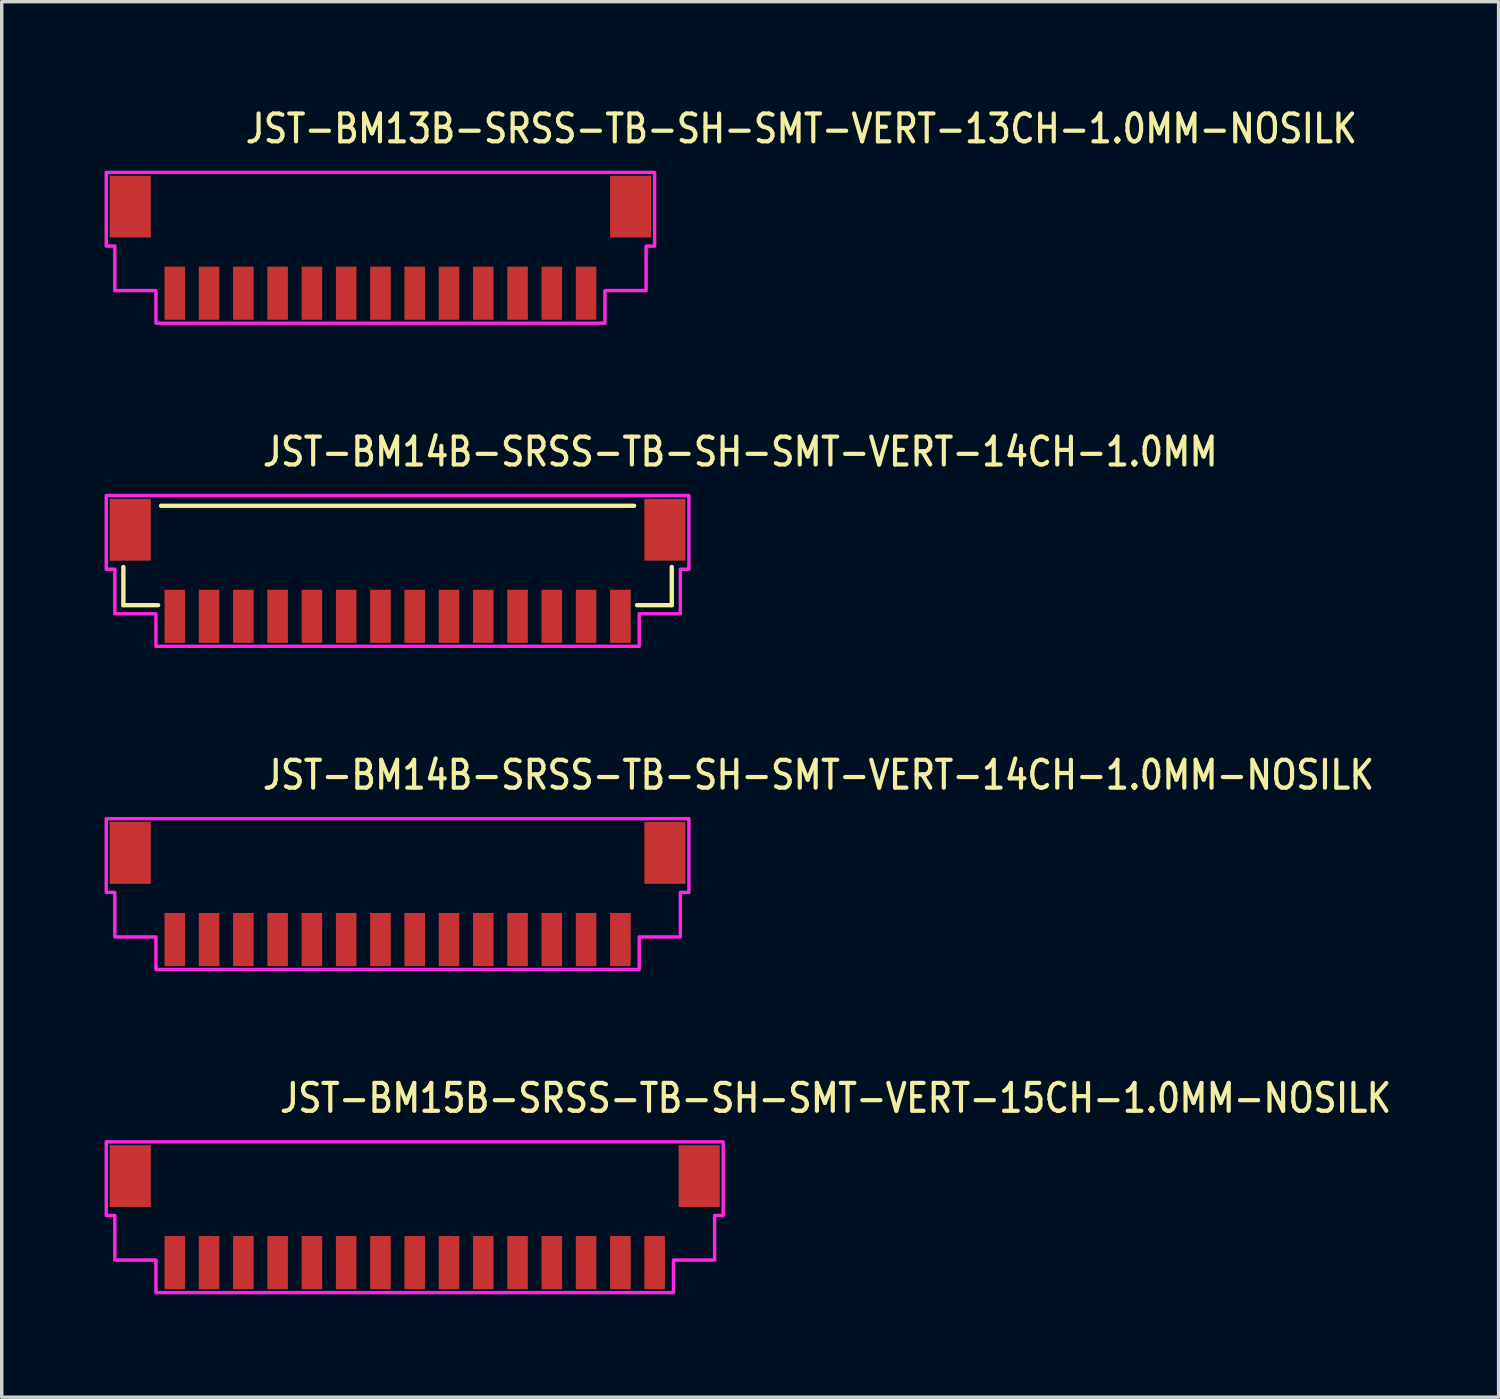
<source format=kicad_pcb>
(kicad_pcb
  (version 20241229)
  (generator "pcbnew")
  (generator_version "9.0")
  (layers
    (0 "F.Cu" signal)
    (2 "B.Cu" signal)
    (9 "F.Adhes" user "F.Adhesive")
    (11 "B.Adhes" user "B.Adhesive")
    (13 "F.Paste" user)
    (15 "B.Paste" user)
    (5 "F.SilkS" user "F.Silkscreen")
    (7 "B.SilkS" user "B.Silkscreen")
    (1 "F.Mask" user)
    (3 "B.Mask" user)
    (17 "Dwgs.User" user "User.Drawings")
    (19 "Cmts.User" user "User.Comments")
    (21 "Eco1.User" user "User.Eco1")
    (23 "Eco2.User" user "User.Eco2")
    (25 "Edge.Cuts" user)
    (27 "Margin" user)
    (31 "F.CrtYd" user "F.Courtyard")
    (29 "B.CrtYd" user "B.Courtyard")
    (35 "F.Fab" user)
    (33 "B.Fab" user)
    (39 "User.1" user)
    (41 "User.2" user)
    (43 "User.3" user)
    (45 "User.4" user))
  (footprint "JST-BM15B-SRSS-TB-SH-SMT-VERT-15CH-1.0MM-NOSILK"
    (layer "F.Cu")
    (at 9.05 32.464)
    (property "Reference" "JST-BM15B-SRSS-TB-SH-SMT-VERT-15CH-1.0MM-NOSILK" (at -4 -3 0) (unlocked yes) (layer "F.SilkS") (effects (font (size 0.813 0.695) (thickness 0.122)) (justify left bottom)))
    (fp_poly (pts (xy -9 -2.2) (xy -9 -0.05) (xy -8.75 -0.05) (xy -8.75 1.25) (xy -7.55 1.25) (xy -7.55 2.2) (xy 7.55 2.2) (xy 7.55 1.25) (xy 8.75 1.25) (xy 8.75 -0.05) (xy 9 -0.05) (xy 9 -2.2)) (stroke (width 0.1) (type solid)) (fill no) (layer "F.CrtYd"))
    (pad "1" smd rect (at -7 1.325) (size 0.6 1.55) (layers "F.Cu" "F.Mask" "F.Paste"))
    (pad "2" smd rect (at -6 1.325) (size 0.6 1.55) (layers "F.Cu" "F.Mask" "F.Paste"))
    (pad "3" smd rect (at -5 1.325) (size 0.6 1.55) (layers "F.Cu" "F.Mask" "F.Paste"))
    (pad "4" smd rect (at -4 1.325) (size 0.6 1.55) (layers "F.Cu" "F.Mask" "F.Paste"))
    (pad "5" smd rect (at -3 1.325) (size 0.6 1.55) (layers "F.Cu" "F.Mask" "F.Paste"))
    (pad "6" smd rect (at -2 1.325) (size 0.6 1.55) (layers "F.Cu" "F.Mask" "F.Paste"))
    (pad "7" smd rect (at -1 1.325) (size 0.6 1.55) (layers "F.Cu" "F.Mask" "F.Paste"))
    (pad "8" smd rect (at 0 1.325) (size 0.6 1.55) (layers "F.Cu" "F.Mask" "F.Paste"))
    (pad "9" smd rect (at 1 1.325) (size 0.6 1.55) (layers "F.Cu" "F.Mask" "F.Paste"))
    (pad "10" smd rect (at 2 1.325) (size 0.6 1.55) (layers "F.Cu" "F.Mask" "F.Paste"))
    (pad "11" smd rect (at 3 1.325) (size 0.6 1.55) (layers "F.Cu" "F.Mask" "F.Paste"))
    (pad "12" smd rect (at 4 1.325) (size 0.6 1.55) (layers "F.Cu" "F.Mask" "F.Paste"))
    (pad "13" smd rect (at 5 1.325) (size 0.6 1.55) (layers "F.Cu" "F.Mask" "F.Paste"))
    (pad "14" smd rect (at 6 1.325) (size 0.6 1.55) (layers "F.Cu" "F.Mask" "F.Paste"))
    (pad "15" smd rect (at 7 1.325) (size 0.6 1.55) (layers "F.Cu" "F.Mask" "F.Paste"))
    (pad "S_15" smd rect (at 8.3 -1.2) (size 1.2 1.8) (layers "F.Cu" "F.Mask" "F.Paste"))
    (pad "S_16" smd rect (at -8.3 -1.2) (size 1.2 1.8) (layers "F.Cu" "F.Mask" "F.Paste")))
  (footprint "JST-BM14B-SRSS-TB-SH-SMT-VERT-14CH-1.0MM"
    (layer "F.Cu")
    (at 8.55 13.607)
    (property "Reference" "JST-BM14B-SRSS-TB-SH-SMT-VERT-14CH-1.0MM" (at -4 -3 0) (unlocked yes) (layer "F.SilkS") (effects (font (size 0.813 0.695) (thickness 0.122)) (justify left bottom)))
    (fp_line (start -8 -0.114) (end -8 1) (stroke (width 0.127) (type solid)) (layer "F.SilkS"))
    (fp_line (start -8 1) (end -6.987 1) (stroke (width 0.127) (type solid)) (layer "F.SilkS"))
    (fp_line (start -6.9 -1.9) (end 6.9 -1.9) (stroke (width 0.127) (type solid)) (layer "F.SilkS"))
    (fp_line (start 6.987 1) (end 8 1) (stroke (width 0.127) (type solid)) (layer "F.SilkS"))
    (fp_line (start 8 1) (end 8 -0.114) (stroke (width 0.127) (type solid)) (layer "F.SilkS"))
    (fp_poly (pts (xy -8.5 -2.2) (xy -8.5 -0.05) (xy -8.25 -0.05) (xy -8.25 1.25) (xy -7.05 1.25) (xy -7.05 2.2) (xy 7.05 2.2) (xy 7.05 1.25) (xy 8.25 1.25) (xy 8.25 -0.05) (xy 8.5 -0.05) (xy 8.5 -2.2)) (stroke (width 0.1) (type solid)) (fill no) (layer "F.CrtYd"))
    (pad "1" smd rect (at -6.5 1.325) (size 0.6 1.55) (layers "F.Cu" "F.Mask" "F.Paste"))
    (pad "2" smd rect (at -5.5 1.325) (size 0.6 1.55) (layers "F.Cu" "F.Mask" "F.Paste"))
    (pad "3" smd rect (at -4.5 1.325) (size 0.6 1.55) (layers "F.Cu" "F.Mask" "F.Paste"))
    (pad "4" smd rect (at -3.5 1.325) (size 0.6 1.55) (layers "F.Cu" "F.Mask" "F.Paste"))
    (pad "5" smd rect (at -2.5 1.325) (size 0.6 1.55) (layers "F.Cu" "F.Mask" "F.Paste"))
    (pad "6" smd rect (at -1.5 1.325) (size 0.6 1.55) (layers "F.Cu" "F.Mask" "F.Paste"))
    (pad "7" smd rect (at -0.5 1.325) (size 0.6 1.55) (layers "F.Cu" "F.Mask" "F.Paste"))
    (pad "8" smd rect (at 0.5 1.325) (size 0.6 1.55) (layers "F.Cu" "F.Mask" "F.Paste"))
    (pad "9" smd rect (at 1.5 1.325) (size 0.6 1.55) (layers "F.Cu" "F.Mask" "F.Paste"))
    (pad "10" smd rect (at 2.5 1.325) (size 0.6 1.55) (layers "F.Cu" "F.Mask" "F.Paste"))
    (pad "11" smd rect (at 3.5 1.325) (size 0.6 1.55) (layers "F.Cu" "F.Mask" "F.Paste"))
    (pad "12" smd rect (at 4.5 1.325) (size 0.6 1.55) (layers "F.Cu" "F.Mask" "F.Paste"))
    (pad "13" smd rect (at 5.5 1.325) (size 0.6 1.55) (layers "F.Cu" "F.Mask" "F.Paste"))
    (pad "14" smd rect (at 6.5 1.325) (size 0.6 1.55) (layers "F.Cu" "F.Mask" "F.Paste"))
    (pad "S_14" smd rect (at 7.8 -1.2) (size 1.2 1.8) (layers "F.Cu" "F.Mask" "F.Paste"))
    (pad "S_15" smd rect (at -7.8 -1.2) (size 1.2 1.8) (layers "F.Cu" "F.Mask" "F.Paste")))
  (footprint "JST-BM14B-SRSS-TB-SH-SMT-VERT-14CH-1.0MM-NOSILK"
    (layer "F.Cu")
    (at 8.55 23.036)
    (property "Reference" "JST-BM14B-SRSS-TB-SH-SMT-VERT-14CH-1.0MM-NOSILK" (at -4 -3 0) (unlocked yes) (layer "F.SilkS") (effects (font (size 0.813 0.695) (thickness 0.122)) (justify left bottom)))
    (fp_poly (pts (xy -8.5 -2.2) (xy -8.5 -0.05) (xy -8.25 -0.05) (xy -8.25 1.25) (xy -7.05 1.25) (xy -7.05 2.2) (xy 7.05 2.2) (xy 7.05 1.25) (xy 8.25 1.25) (xy 8.25 -0.05) (xy 8.5 -0.05) (xy 8.5 -2.2)) (stroke (width 0.1) (type solid)) (fill no) (layer "F.CrtYd"))
    (pad "1" smd rect (at -6.5 1.325) (size 0.6 1.55) (layers "F.Cu" "F.Mask" "F.Paste"))
    (pad "2" smd rect (at -5.5 1.325) (size 0.6 1.55) (layers "F.Cu" "F.Mask" "F.Paste"))
    (pad "3" smd rect (at -4.5 1.325) (size 0.6 1.55) (layers "F.Cu" "F.Mask" "F.Paste"))
    (pad "4" smd rect (at -3.5 1.325) (size 0.6 1.55) (layers "F.Cu" "F.Mask" "F.Paste"))
    (pad "5" smd rect (at -2.5 1.325) (size 0.6 1.55) (layers "F.Cu" "F.Mask" "F.Paste"))
    (pad "6" smd rect (at -1.5 1.325) (size 0.6 1.55) (layers "F.Cu" "F.Mask" "F.Paste"))
    (pad "7" smd rect (at -0.5 1.325) (size 0.6 1.55) (layers "F.Cu" "F.Mask" "F.Paste"))
    (pad "8" smd rect (at 0.5 1.325) (size 0.6 1.55) (layers "F.Cu" "F.Mask" "F.Paste"))
    (pad "9" smd rect (at 1.5 1.325) (size 0.6 1.55) (layers "F.Cu" "F.Mask" "F.Paste"))
    (pad "10" smd rect (at 2.5 1.325) (size 0.6 1.55) (layers "F.Cu" "F.Mask" "F.Paste"))
    (pad "11" smd rect (at 3.5 1.325) (size 0.6 1.55) (layers "F.Cu" "F.Mask" "F.Paste"))
    (pad "12" smd rect (at 4.5 1.325) (size 0.6 1.55) (layers "F.Cu" "F.Mask" "F.Paste"))
    (pad "13" smd rect (at 5.5 1.325) (size 0.6 1.55) (layers "F.Cu" "F.Mask" "F.Paste"))
    (pad "14" smd rect (at 6.5 1.325) (size 0.6 1.55) (layers "F.Cu" "F.Mask" "F.Paste"))
    (pad "S_14" smd rect (at 7.8 -1.2) (size 1.2 1.8) (layers "F.Cu" "F.Mask" "F.Paste"))
    (pad "S_15" smd rect (at -7.8 -1.2) (size 1.2 1.8) (layers "F.Cu" "F.Mask" "F.Paste")))
  (footprint "JST-BM13B-SRSS-TB-SH-SMT-VERT-13CH-1.0MM-NOSILK"
    (layer "F.Cu")
    (at 8.05 4.179)
    (property "Reference" "JST-BM13B-SRSS-TB-SH-SMT-VERT-13CH-1.0MM-NOSILK" (at -4 -3 0) (unlocked yes) (layer "F.SilkS") (effects (font (size 0.813 0.695) (thickness 0.122)) (justify left bottom)))
    (fp_poly (pts (xy -8 -2.2) (xy -8 -0.05) (xy -7.75 -0.05) (xy -7.75 1.25) (xy -6.55 1.25) (xy -6.55 2.2) (xy 6.55 2.2) (xy 6.55 1.25) (xy 7.75 1.25) (xy 7.75 -0.05) (xy 8 -0.05) (xy 8 -2.2)) (stroke (width 0.1) (type solid)) (fill no) (layer "F.CrtYd"))
    (pad "1" smd rect (at -6 1.325) (size 0.6 1.55) (layers "F.Cu" "F.Mask" "F.Paste"))
    (pad "2" smd rect (at -5 1.325) (size 0.6 1.55) (layers "F.Cu" "F.Mask" "F.Paste"))
    (pad "3" smd rect (at -4 1.325) (size 0.6 1.55) (layers "F.Cu" "F.Mask" "F.Paste"))
    (pad "4" smd rect (at -3 1.325) (size 0.6 1.55) (layers "F.Cu" "F.Mask" "F.Paste"))
    (pad "5" smd rect (at -2 1.325) (size 0.6 1.55) (layers "F.Cu" "F.Mask" "F.Paste"))
    (pad "6" smd rect (at -1 1.325) (size 0.6 1.55) (layers "F.Cu" "F.Mask" "F.Paste"))
    (pad "7" smd rect (at 0 1.325) (size 0.6 1.55) (layers "F.Cu" "F.Mask" "F.Paste"))
    (pad "8" smd rect (at 1 1.325) (size 0.6 1.55) (layers "F.Cu" "F.Mask" "F.Paste"))
    (pad "9" smd rect (at 2 1.325) (size 0.6 1.55) (layers "F.Cu" "F.Mask" "F.Paste"))
    (pad "10" smd rect (at 3 1.325) (size 0.6 1.55) (layers "F.Cu" "F.Mask" "F.Paste"))
    (pad "11" smd rect (at 4 1.325) (size 0.6 1.55) (layers "F.Cu" "F.Mask" "F.Paste"))
    (pad "12" smd rect (at 5 1.325) (size 0.6 1.55) (layers "F.Cu" "F.Mask" "F.Paste"))
    (pad "13" smd rect (at 6 1.325) (size 0.6 1.55) (layers "F.Cu" "F.Mask" "F.Paste"))
    (pad "S_13" smd rect (at 7.3 -1.2) (size 1.2 1.8) (layers "F.Cu" "F.Mask" "F.Paste"))
    (pad "S_14" smd rect (at -7.3 -1.2) (size 1.2 1.8) (layers "F.Cu" "F.Mask" "F.Paste")))
  (gr_rect
    (start -3 -3)
    (end 40.674 37.714)
    (stroke (width 0.1) (type default))
    (fill no)
    (layer "Edge.Cuts")))
</source>
